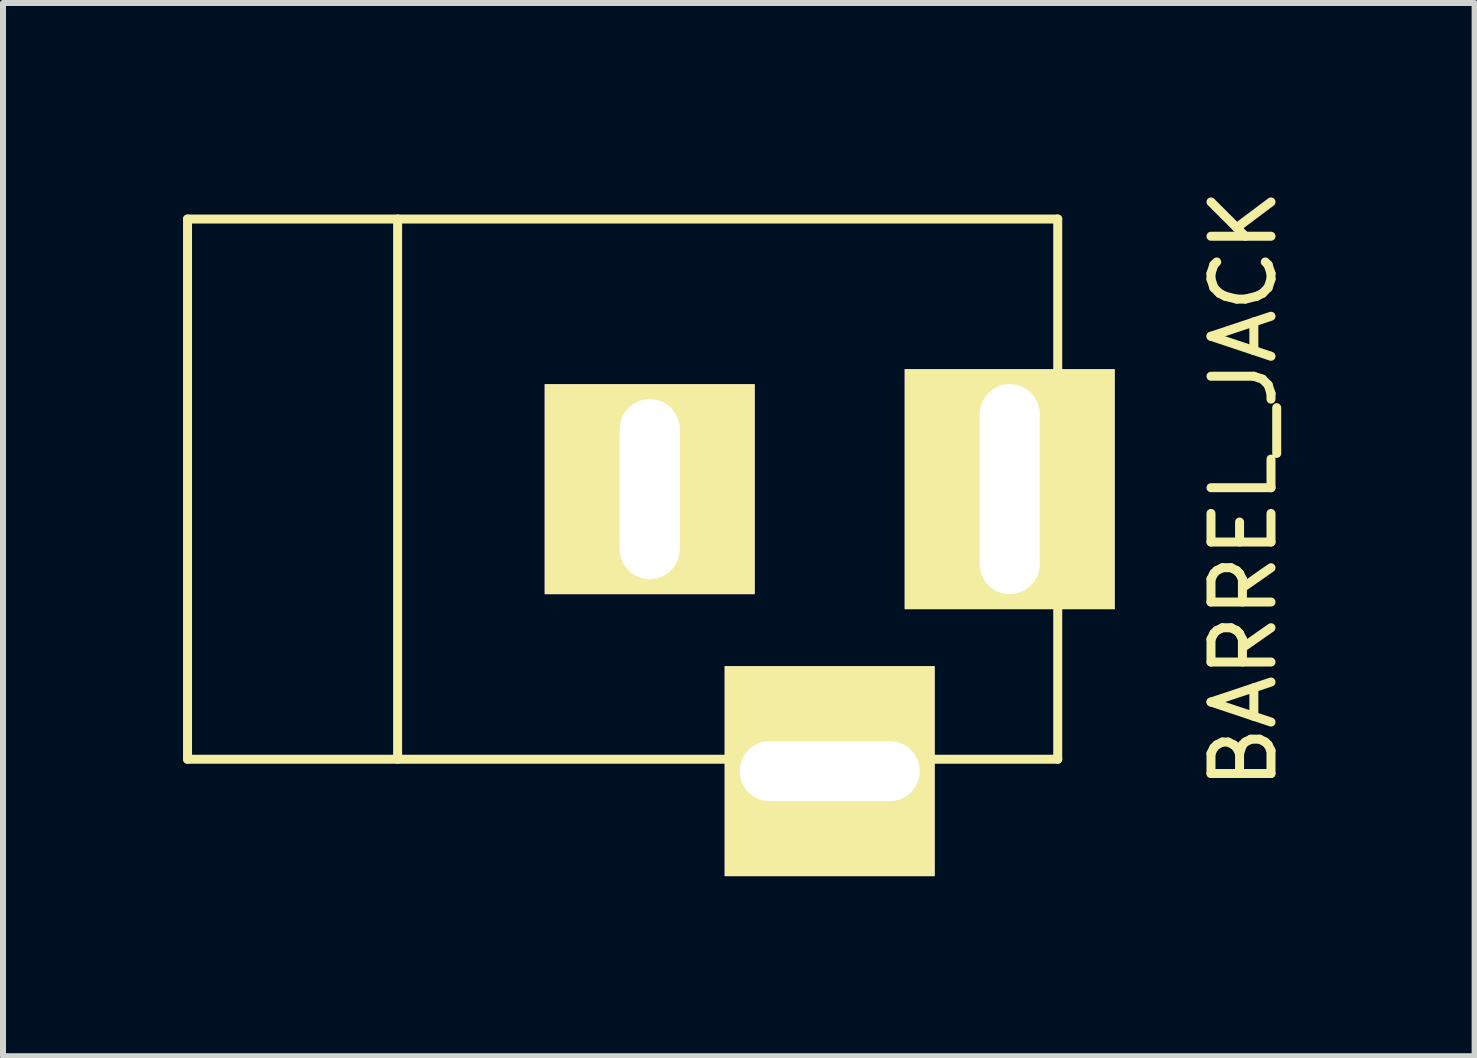
<source format=kicad_pcb>
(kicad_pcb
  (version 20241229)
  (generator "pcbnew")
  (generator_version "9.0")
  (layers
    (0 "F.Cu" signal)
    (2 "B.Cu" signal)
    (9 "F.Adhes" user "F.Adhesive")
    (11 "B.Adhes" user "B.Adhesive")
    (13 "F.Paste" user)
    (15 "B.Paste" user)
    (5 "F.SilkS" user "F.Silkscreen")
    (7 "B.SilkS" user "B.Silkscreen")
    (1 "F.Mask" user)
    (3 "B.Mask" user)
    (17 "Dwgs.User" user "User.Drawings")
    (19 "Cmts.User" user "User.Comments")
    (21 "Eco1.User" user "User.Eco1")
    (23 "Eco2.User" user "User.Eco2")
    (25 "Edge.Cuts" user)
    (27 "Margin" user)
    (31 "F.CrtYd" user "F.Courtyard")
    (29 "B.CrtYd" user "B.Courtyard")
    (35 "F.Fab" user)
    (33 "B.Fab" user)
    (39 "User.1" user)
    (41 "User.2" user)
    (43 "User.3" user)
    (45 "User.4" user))
  (footprint "BARREL_JACK"
    (layer "F.Cu")
    (at 7.576 5.101)
    (property "Reference" "BARREL_JACK" (at 10.099 0 90) (layer "F.SilkS") (effects (font (size 1 1) (thickness 0.15))))
    (attr through_hole)
    (fp_line (start -7.501 -4.501) (end -7.501 4.501) (stroke (width 0.15) (type solid)) (layer "F.SilkS"))
    (fp_line (start -7.501 4.501) (end 7 4.501) (stroke (width 0.15) (type solid)) (layer "F.SilkS"))
    (fp_line (start -4 -4.501) (end -4 4.501) (stroke (width 0.15) (type solid)) (layer "F.SilkS"))
    (fp_line (start 7 -4.501) (end -7.501 -4.501) (stroke (width 0.15) (type solid)) (layer "F.SilkS"))
    (fp_line (start 7 4.501) (end 7 -4.501) (stroke (width 0.15) (type solid)) (layer "F.SilkS"))
    (pad "1" thru_hole rect (at 6.2 0) (size 3.5 4) (drill oval 1.001 3.5) (layers "*.Cu" "*.Mask" "F.SilkS"))
    (pad "2" thru_hole rect (at 0.201 0) (size 3.5 3.5) (drill oval 1.001 3) (layers "*.Cu" "*.Mask" "F.SilkS"))
    (pad "3" thru_hole rect (at 3.2 4.699) (size 3.5 3.5) (drill oval 3 1.001) (layers "*.Cu" "*.Mask" "F.SilkS")))
  (gr_rect
    (start -3 -3)
    (end 21.523 14.55)
    (stroke (width 0.1) (type default))
    (fill no)
    (layer "Edge.Cuts")))
</source>
